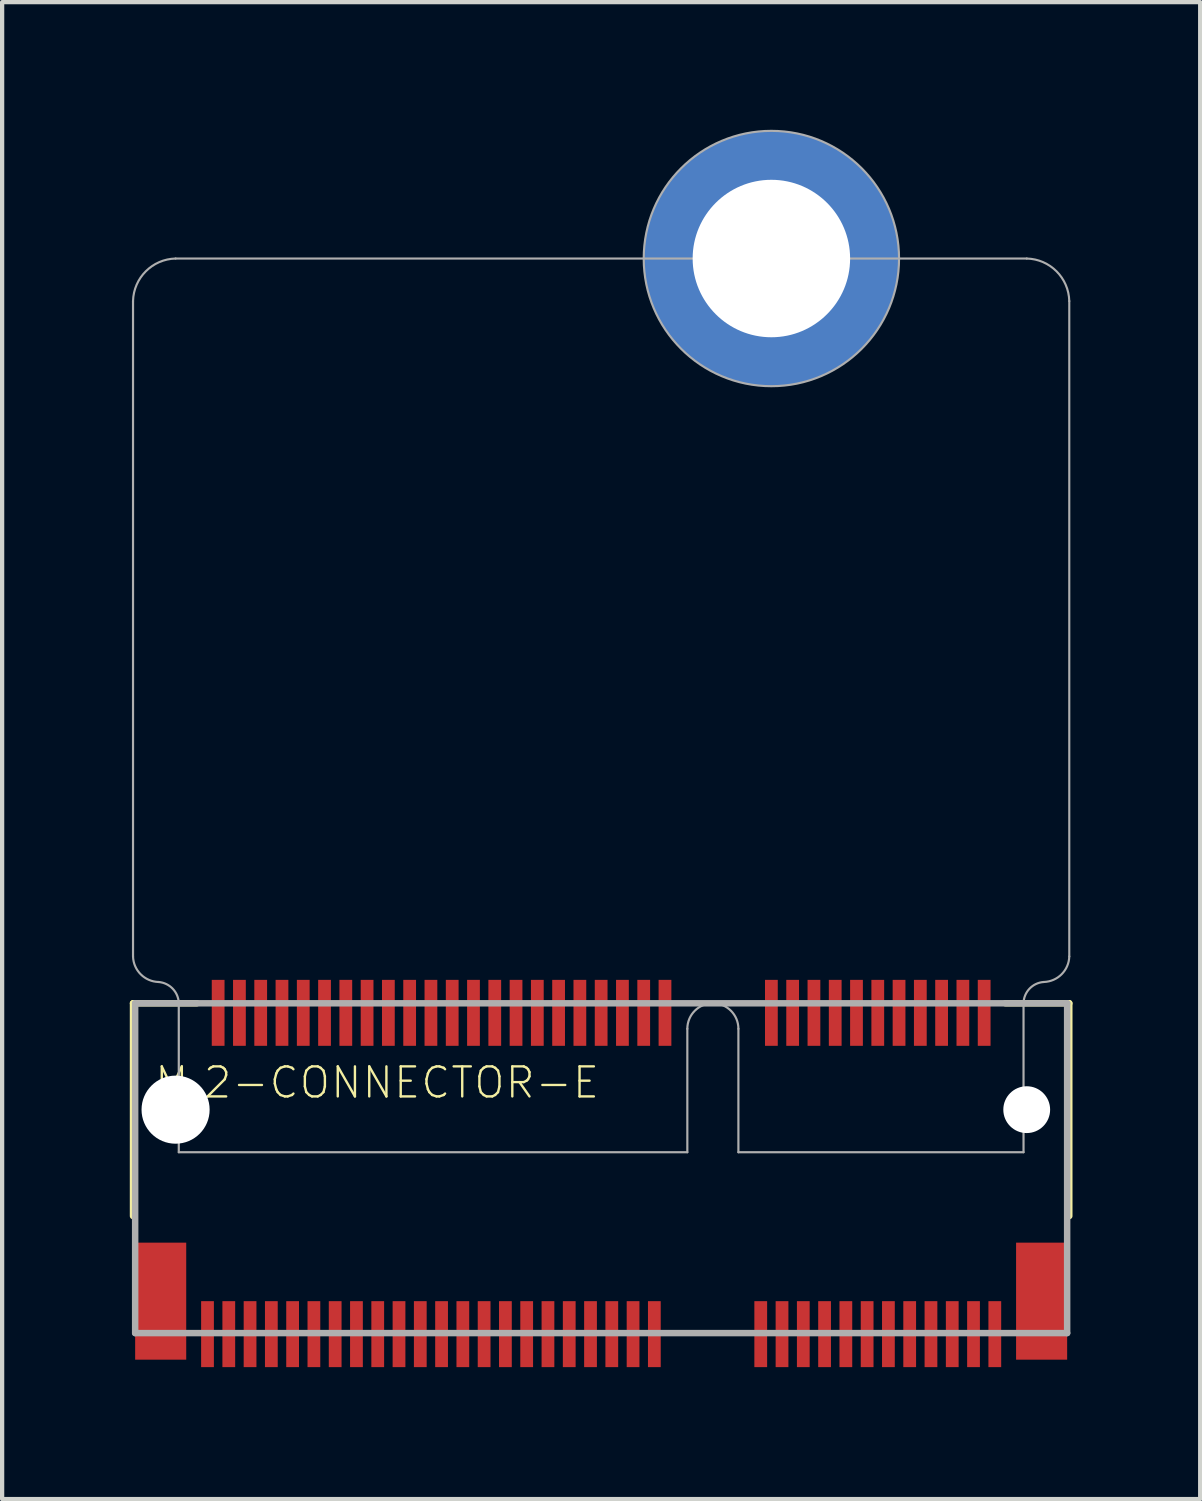
<source format=kicad_pcb>
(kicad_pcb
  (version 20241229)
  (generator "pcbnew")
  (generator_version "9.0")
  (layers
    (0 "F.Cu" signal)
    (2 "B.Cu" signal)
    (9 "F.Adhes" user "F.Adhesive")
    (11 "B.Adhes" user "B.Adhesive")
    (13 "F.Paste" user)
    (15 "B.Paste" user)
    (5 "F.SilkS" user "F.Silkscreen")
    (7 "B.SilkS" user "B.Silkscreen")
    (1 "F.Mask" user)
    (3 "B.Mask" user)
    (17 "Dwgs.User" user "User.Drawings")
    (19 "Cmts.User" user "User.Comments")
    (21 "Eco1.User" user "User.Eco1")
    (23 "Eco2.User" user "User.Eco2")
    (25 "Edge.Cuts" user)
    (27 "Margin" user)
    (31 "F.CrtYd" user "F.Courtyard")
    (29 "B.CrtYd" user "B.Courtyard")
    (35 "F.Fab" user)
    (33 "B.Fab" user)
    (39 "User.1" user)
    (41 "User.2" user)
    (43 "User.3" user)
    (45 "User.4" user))
  (footprint "M.2-CONNECTOR-E"
    (layer "F.Cu")
    (at 11.076 23.025)
    (property "Reference" "M.2-CONNECTOR-E" (at 0 -0.635 180) (layer "F.SilkS") (effects (font (size 0.706 0.706) (thickness 0.056)) (justify right)))
    (fp_line (start -11 2.5) (end -11 -2.5) (stroke (width 0.152) (type solid)) (layer "F.SilkS"))
    (fp_line (start -9.5 -2.5) (end -11 -2.5) (stroke (width 0.152) (type solid)) (layer "F.SilkS"))
    (fp_line (start 11 -2.5) (end 9.5 -2.5) (stroke (width 0.152) (type solid)) (layer "F.SilkS"))
    (fp_line (start 11 2.5) (end 11 -2.5) (stroke (width 0.152) (type solid)) (layer "F.SilkS"))
    (fp_poly (pts (xy -9.4 6.15) (xy -9.1 6.15) (xy -9.1 4.4) (xy -9.4 4.4)) (stroke (width 0) (type solid)) (fill yes) (layer "F.Paste"))
    (fp_poly (pts (xy -9.15 -1.4) (xy -8.85 -1.4) (xy -8.85 -3.15) (xy -9.15 -3.15)) (stroke (width 0) (type solid)) (fill yes) (layer "F.Paste"))
    (fp_poly (pts (xy -8.9 6.15) (xy -8.6 6.15) (xy -8.6 4.4) (xy -8.9 4.4)) (stroke (width 0) (type solid)) (fill yes) (layer "F.Paste"))
    (fp_poly (pts (xy -8.65 -1.4) (xy -8.35 -1.4) (xy -8.35 -3.15) (xy -8.65 -3.15)) (stroke (width 0) (type solid)) (fill yes) (layer "F.Paste"))
    (fp_poly (pts (xy -8.4 6.15) (xy -8.1 6.15) (xy -8.1 4.4) (xy -8.4 4.4)) (stroke (width 0) (type solid)) (fill yes) (layer "F.Paste"))
    (fp_poly (pts (xy -8.15 -1.4) (xy -7.85 -1.4) (xy -7.85 -3.15) (xy -8.15 -3.15)) (stroke (width 0) (type solid)) (fill yes) (layer "F.Paste"))
    (fp_poly (pts (xy -7.9 6.15) (xy -7.6 6.15) (xy -7.6 4.4) (xy -7.9 4.4)) (stroke (width 0) (type solid)) (fill yes) (layer "F.Paste"))
    (fp_poly (pts (xy -7.65 -1.4) (xy -7.35 -1.4) (xy -7.35 -3.15) (xy -7.65 -3.15)) (stroke (width 0) (type solid)) (fill yes) (layer "F.Paste"))
    (fp_poly (pts (xy -7.4 6.15) (xy -7.1 6.15) (xy -7.1 4.4) (xy -7.4 4.4)) (stroke (width 0) (type solid)) (fill yes) (layer "F.Paste"))
    (fp_poly (pts (xy -7.15 -1.4) (xy -6.85 -1.4) (xy -6.85 -3.15) (xy -7.15 -3.15)) (stroke (width 0) (type solid)) (fill yes) (layer "F.Paste"))
    (fp_poly (pts (xy -6.9 6.15) (xy -6.6 6.15) (xy -6.6 4.4) (xy -6.9 4.4)) (stroke (width 0) (type solid)) (fill yes) (layer "F.Paste"))
    (fp_poly (pts (xy -6.65 -1.4) (xy -6.35 -1.4) (xy -6.35 -3.15) (xy -6.65 -3.15)) (stroke (width 0) (type solid)) (fill yes) (layer "F.Paste"))
    (fp_poly (pts (xy -6.4 6.15) (xy -6.1 6.15) (xy -6.1 4.4) (xy -6.4 4.4)) (stroke (width 0) (type solid)) (fill yes) (layer "F.Paste"))
    (fp_poly (pts (xy -6.15 -1.4) (xy -5.85 -1.4) (xy -5.85 -3.15) (xy -6.15 -3.15)) (stroke (width 0) (type solid)) (fill yes) (layer "F.Paste"))
    (fp_poly (pts (xy -5.9 6.15) (xy -5.6 6.15) (xy -5.6 4.4) (xy -5.9 4.4)) (stroke (width 0) (type solid)) (fill yes) (layer "F.Paste"))
    (fp_poly (pts (xy -5.65 -1.4) (xy -5.35 -1.4) (xy -5.35 -3.15) (xy -5.65 -3.15)) (stroke (width 0) (type solid)) (fill yes) (layer "F.Paste"))
    (fp_poly (pts (xy -5.4 6.15) (xy -5.1 6.15) (xy -5.1 4.4) (xy -5.4 4.4)) (stroke (width 0) (type solid)) (fill yes) (layer "F.Paste"))
    (fp_poly (pts (xy -5.15 -1.4) (xy -4.85 -1.4) (xy -4.85 -3.15) (xy -5.15 -3.15)) (stroke (width 0) (type solid)) (fill yes) (layer "F.Paste"))
    (fp_poly (pts (xy -4.9 6.15) (xy -4.6 6.15) (xy -4.6 4.4) (xy -4.9 4.4)) (stroke (width 0) (type solid)) (fill yes) (layer "F.Paste"))
    (fp_poly (pts (xy -4.65 -1.4) (xy -4.35 -1.4) (xy -4.35 -3.15) (xy -4.65 -3.15)) (stroke (width 0) (type solid)) (fill yes) (layer "F.Paste"))
    (fp_poly (pts (xy -4.4 6.15) (xy -4.1 6.15) (xy -4.1 4.4) (xy -4.4 4.4)) (stroke (width 0) (type solid)) (fill yes) (layer "F.Paste"))
    (fp_poly (pts (xy -4.15 -1.4) (xy -3.85 -1.4) (xy -3.85 -3.15) (xy -4.15 -3.15)) (stroke (width 0) (type solid)) (fill yes) (layer "F.Paste"))
    (fp_poly (pts (xy -3.9 6.15) (xy -3.6 6.15) (xy -3.6 4.4) (xy -3.9 4.4)) (stroke (width 0) (type solid)) (fill yes) (layer "F.Paste"))
    (fp_poly (pts (xy -3.65 -1.4) (xy -3.35 -1.4) (xy -3.35 -3.15) (xy -3.65 -3.15)) (stroke (width 0) (type solid)) (fill yes) (layer "F.Paste"))
    (fp_poly (pts (xy -3.4 6.15) (xy -3.1 6.15) (xy -3.1 4.4) (xy -3.4 4.4)) (stroke (width 0) (type solid)) (fill yes) (layer "F.Paste"))
    (fp_poly (pts (xy -3.15 -1.4) (xy -2.85 -1.4) (xy -2.85 -3.15) (xy -3.15 -3.15)) (stroke (width 0) (type solid)) (fill yes) (layer "F.Paste"))
    (fp_poly (pts (xy -2.9 6.15) (xy -2.6 6.15) (xy -2.6 4.4) (xy -2.9 4.4)) (stroke (width 0) (type solid)) (fill yes) (layer "F.Paste"))
    (fp_poly (pts (xy -2.65 -1.4) (xy -2.35 -1.4) (xy -2.35 -3.15) (xy -2.65 -3.15)) (stroke (width 0) (type solid)) (fill yes) (layer "F.Paste"))
    (fp_poly (pts (xy -2.4 6.15) (xy -2.1 6.15) (xy -2.1 4.4) (xy -2.4 4.4)) (stroke (width 0) (type solid)) (fill yes) (layer "F.Paste"))
    (fp_poly (pts (xy -2.15 -1.4) (xy -1.85 -1.4) (xy -1.85 -3.15) (xy -2.15 -3.15)) (stroke (width 0) (type solid)) (fill yes) (layer "F.Paste"))
    (fp_poly (pts (xy -1.9 6.15) (xy -1.6 6.15) (xy -1.6 4.4) (xy -1.9 4.4)) (stroke (width 0) (type solid)) (fill yes) (layer "F.Paste"))
    (fp_poly (pts (xy -1.65 -1.4) (xy -1.35 -1.4) (xy -1.35 -3.15) (xy -1.65 -3.15)) (stroke (width 0) (type solid)) (fill yes) (layer "F.Paste"))
    (fp_poly (pts (xy -1.4 6.15) (xy -1.1 6.15) (xy -1.1 4.4) (xy -1.4 4.4)) (stroke (width 0) (type solid)) (fill yes) (layer "F.Paste"))
    (fp_poly (pts (xy -1.15 -1.4) (xy -0.85 -1.4) (xy -0.85 -3.15) (xy -1.15 -3.15)) (stroke (width 0) (type solid)) (fill yes) (layer "F.Paste"))
    (fp_poly (pts (xy -0.9 6.15) (xy -0.6 6.15) (xy -0.6 4.4) (xy -0.9 4.4)) (stroke (width 0) (type solid)) (fill yes) (layer "F.Paste"))
    (fp_poly (pts (xy -0.65 -1.4) (xy -0.35 -1.4) (xy -0.35 -3.15) (xy -0.65 -3.15)) (stroke (width 0) (type solid)) (fill yes) (layer "F.Paste"))
    (fp_poly (pts (xy -0.4 6.15) (xy -0.1 6.15) (xy -0.1 4.4) (xy -0.4 4.4)) (stroke (width 0) (type solid)) (fill yes) (layer "F.Paste"))
    (fp_poly (pts (xy -0.15 -1.4) (xy 0.15 -1.4) (xy 0.15 -3.15) (xy -0.15 -3.15)) (stroke (width 0) (type solid)) (fill yes) (layer "F.Paste"))
    (fp_poly (pts (xy 0.1 6.15) (xy 0.4 6.15) (xy 0.4 4.4) (xy 0.1 4.4)) (stroke (width 0) (type solid)) (fill yes) (layer "F.Paste"))
    (fp_poly (pts (xy 0.35 -1.4) (xy 0.65 -1.4) (xy 0.65 -3.15) (xy 0.35 -3.15)) (stroke (width 0) (type solid)) (fill yes) (layer "F.Paste"))
    (fp_poly (pts (xy 0.6 6.15) (xy 0.9 6.15) (xy 0.9 4.4) (xy 0.6 4.4)) (stroke (width 0) (type solid)) (fill yes) (layer "F.Paste"))
    (fp_poly (pts (xy 0.85 -1.4) (xy 1.15 -1.4) (xy 1.15 -3.15) (xy 0.85 -3.15)) (stroke (width 0) (type solid)) (fill yes) (layer "F.Paste"))
    (fp_poly (pts (xy 1.1 6.15) (xy 1.4 6.15) (xy 1.4 4.4) (xy 1.1 4.4)) (stroke (width 0) (type solid)) (fill yes) (layer "F.Paste"))
    (fp_poly (pts (xy 1.35 -1.4) (xy 1.65 -1.4) (xy 1.65 -3.15) (xy 1.35 -3.15)) (stroke (width 0) (type solid)) (fill yes) (layer "F.Paste"))
    (fp_poly (pts (xy 3.6 6.15) (xy 3.9 6.15) (xy 3.9 4.4) (xy 3.6 4.4)) (stroke (width 0) (type solid)) (fill yes) (layer "F.Paste"))
    (fp_poly (pts (xy 3.85 -1.4) (xy 4.15 -1.4) (xy 4.15 -3.15) (xy 3.85 -3.15)) (stroke (width 0) (type solid)) (fill yes) (layer "F.Paste"))
    (fp_poly (pts (xy 4.1 6.15) (xy 4.4 6.15) (xy 4.4 4.4) (xy 4.1 4.4)) (stroke (width 0) (type solid)) (fill yes) (layer "F.Paste"))
    (fp_poly (pts (xy 4.35 -1.4) (xy 4.65 -1.4) (xy 4.65 -3.15) (xy 4.35 -3.15)) (stroke (width 0) (type solid)) (fill yes) (layer "F.Paste"))
    (fp_poly (pts (xy 4.6 6.15) (xy 4.9 6.15) (xy 4.9 4.4) (xy 4.6 4.4)) (stroke (width 0) (type solid)) (fill yes) (layer "F.Paste"))
    (fp_poly (pts (xy 4.85 -1.4) (xy 5.15 -1.4) (xy 5.15 -3.15) (xy 4.85 -3.15)) (stroke (width 0) (type solid)) (fill yes) (layer "F.Paste"))
    (fp_poly (pts (xy 5.1 6.15) (xy 5.4 6.15) (xy 5.4 4.4) (xy 5.1 4.4)) (stroke (width 0) (type solid)) (fill yes) (layer "F.Paste"))
    (fp_poly (pts (xy 5.35 -1.4) (xy 5.65 -1.4) (xy 5.65 -3.15) (xy 5.35 -3.15)) (stroke (width 0) (type solid)) (fill yes) (layer "F.Paste"))
    (fp_poly (pts (xy 5.6 6.15) (xy 5.9 6.15) (xy 5.9 4.4) (xy 5.6 4.4)) (stroke (width 0) (type solid)) (fill yes) (layer "F.Paste"))
    (fp_poly (pts (xy 5.85 -1.4) (xy 6.15 -1.4) (xy 6.15 -3.15) (xy 5.85 -3.15)) (stroke (width 0) (type solid)) (fill yes) (layer "F.Paste"))
    (fp_poly (pts (xy 6.1 6.15) (xy 6.4 6.15) (xy 6.4 4.4) (xy 6.1 4.4)) (stroke (width 0) (type solid)) (fill yes) (layer "F.Paste"))
    (fp_poly (pts (xy 6.35 -1.4) (xy 6.65 -1.4) (xy 6.65 -3.15) (xy 6.35 -3.15)) (stroke (width 0) (type solid)) (fill yes) (layer "F.Paste"))
    (fp_poly (pts (xy 6.6 6.15) (xy 6.9 6.15) (xy 6.9 4.4) (xy 6.6 4.4)) (stroke (width 0) (type solid)) (fill yes) (layer "F.Paste"))
    (fp_poly (pts (xy 6.85 -1.4) (xy 7.15 -1.4) (xy 7.15 -3.15) (xy 6.85 -3.15)) (stroke (width 0) (type solid)) (fill yes) (layer "F.Paste"))
    (fp_poly (pts (xy 7.1 6.15) (xy 7.4 6.15) (xy 7.4 4.4) (xy 7.1 4.4)) (stroke (width 0) (type solid)) (fill yes) (layer "F.Paste"))
    (fp_poly (pts (xy 7.35 -1.4) (xy 7.65 -1.4) (xy 7.65 -3.15) (xy 7.35 -3.15)) (stroke (width 0) (type solid)) (fill yes) (layer "F.Paste"))
    (fp_poly (pts (xy 7.6 6.15) (xy 7.9 6.15) (xy 7.9 4.4) (xy 7.6 4.4)) (stroke (width 0) (type solid)) (fill yes) (layer "F.Paste"))
    (fp_poly (pts (xy 7.85 -1.4) (xy 8.15 -1.4) (xy 8.15 -3.15) (xy 7.85 -3.15)) (stroke (width 0) (type solid)) (fill yes) (layer "F.Paste"))
    (fp_poly (pts (xy 8.1 6.15) (xy 8.4 6.15) (xy 8.4 4.4) (xy 8.1 4.4)) (stroke (width 0) (type solid)) (fill yes) (layer "F.Paste"))
    (fp_poly (pts (xy 8.35 -1.4) (xy 8.65 -1.4) (xy 8.65 -3.15) (xy 8.35 -3.15)) (stroke (width 0) (type solid)) (fill yes) (layer "F.Paste"))
    (fp_poly (pts (xy 8.6 6.15) (xy 8.9 6.15) (xy 8.9 4.4) (xy 8.6 4.4)) (stroke (width 0) (type solid)) (fill yes) (layer "F.Paste"))
    (fp_poly (pts (xy 8.85 -1.4) (xy 9.15 -1.4) (xy 9.15 -3.15) (xy 8.85 -3.15)) (stroke (width 0) (type solid)) (fill yes) (layer "F.Paste"))
    (fp_poly (pts (xy 9.1 6.15) (xy 9.4 6.15) (xy 9.4 4.4) (xy 9.1 4.4)) (stroke (width 0) (type solid)) (fill yes) (layer "F.Paste"))
    (fp_line (start -11 -19) (end -11 -3.6) (stroke (width 0.051) (type solid)) (layer "F.Fab"))
    (fp_line (start -10.95 -2.5) (end -10.95 5.25) (stroke (width 0.152) (type solid)) (layer "F.Fab"))
    (fp_line (start -10.95 5.25) (end 10.95 5.25) (stroke (width 0.152) (type solid)) (layer "F.Fab"))
    (fp_line (start -9.925 1) (end -9.925 -2.5) (stroke (width 0.051) (type solid)) (layer "F.Fab"))
    (fp_line (start 2.025 -1.9) (end 2.025 1) (stroke (width 0.051) (type solid)) (layer "F.Fab"))
    (fp_line (start 2.025 1) (end -9.925 1) (stroke (width 0.051) (type solid)) (layer "F.Fab"))
    (fp_line (start 3.225 -1.9) (end 3.225 1) (stroke (width 0.051) (type solid)) (layer "F.Fab"))
    (fp_line (start 9.925 -2.5) (end 9.925 1) (stroke (width 0.051) (type solid)) (layer "F.Fab"))
    (fp_line (start 9.925 1) (end 3.225 1) (stroke (width 0.051) (type solid)) (layer "F.Fab"))
    (fp_line (start 10 -20) (end -10 -20) (stroke (width 0.051) (type solid)) (layer "F.Fab"))
    (fp_line (start 10.95 -2.5) (end -10.95 -2.5) (stroke (width 0.152) (type solid)) (layer "F.Fab"))
    (fp_line (start 10.95 5.25) (end 10.95 -2.5) (stroke (width 0.152) (type solid)) (layer "F.Fab"))
    (fp_line (start 11 -19) (end 11 -3.6) (stroke (width 0.05) (type solid)) (layer "F.Fab"))
    (fp_arc (start -11 -19) (mid -10.7 -19.7) (end -10 -20) (stroke (width 0.05) (type solid)) (layer "F.Fab"))
    (fp_arc (start -10.400001 -2.999999) (mid -10.819362 -3.180638) (end -11 -3.6) (stroke (width 0.05) (type solid)) (layer "F.Fab"))
    (fp_arc (start -10.4 -3) (mid -10.066759 -2.840954) (end -9.925 -2.5) (stroke (width 0.0508) (type solid)) (layer "F.Fab"))
    (fp_arc (start 2.025 -1.9) (mid 2.625 -2.5) (end 3.225 -1.9) (stroke (width 0.0508) (type solid)) (layer "F.Fab"))
    (fp_arc (start 9.925 -2.5) (mid 10.065344 -2.842298) (end 10.4 -3) (stroke (width 0.0508) (type solid)) (layer "F.Fab"))
    (fp_arc (start 10 -20) (mid 10.7 -19.7) (end 11 -19) (stroke (width 0.05) (type solid)) (layer "F.Fab"))
    (fp_arc (start 10.999999 -3.599999) (mid 10.819361 -3.180638) (end 10.4 -3) (stroke (width 0.05) (type solid)) (layer "F.Fab"))
    (fp_circle (center 4 -20) (end 7 -20) (stroke (width 0.05) (type solid)) (fill no) (layer "F.Fab"))
    (pad "" np_thru_hole circle (at -10 0) (size 1.6 1.6) (drill 1.6) (layers "*.Cu" "*.Mask"))
    (pad "" np_thru_hole circle (at 10 0) (size 1.1 1.1) (drill 1.1) (layers "*.Cu" "*.Mask"))
    (pad "1" smd rect (at 9.25 5.275 180) (size 0.3 1.55) (layers "F.Cu" "F.Mask"))
    (pad "2" smd rect (at 9 -2.275 180) (size 0.3 1.55) (layers "F.Cu" "F.Mask"))
    (pad "3" smd rect (at 8.75 5.275 180) (size 0.3 1.55) (layers "F.Cu" "F.Mask"))
    (pad "4" smd rect (at 8.5 -2.275 180) (size 0.3 1.55) (layers "F.Cu" "F.Mask"))
    (pad "5" smd rect (at 8.25 5.275 180) (size 0.3 1.55) (layers "F.Cu" "F.Mask"))
    (pad "6" smd rect (at 8 -2.275 180) (size 0.3 1.55) (layers "F.Cu" "F.Mask"))
    (pad "7" smd rect (at 7.75 5.275 180) (size 0.3 1.55) (layers "F.Cu" "F.Mask"))
    (pad "8" smd rect (at 7.5 -2.275 180) (size 0.3 1.55) (layers "F.Cu" "F.Mask"))
    (pad "9" smd rect (at 7.25 5.275 180) (size 0.3 1.55) (layers "F.Cu" "F.Mask"))
    (pad "10" smd rect (at 7 -2.275 180) (size 0.3 1.55) (layers "F.Cu" "F.Mask"))
    (pad "11" smd rect (at 6.75 5.275 180) (size 0.3 1.55) (layers "F.Cu" "F.Mask"))
    (pad "12" smd rect (at 6.5 -2.275 180) (size 0.3 1.55) (layers "F.Cu" "F.Mask"))
    (pad "13" smd rect (at 6.25 5.275 180) (size 0.3 1.55) (layers "F.Cu" "F.Mask"))
    (pad "14" smd rect (at 6 -2.275 180) (size 0.3 1.55) (layers "F.Cu" "F.Mask"))
    (pad "15" smd rect (at 5.75 5.275 180) (size 0.3 1.55) (layers "F.Cu" "F.Mask"))
    (pad "16" smd rect (at 5.5 -2.275 180) (size 0.3 1.55) (layers "F.Cu" "F.Mask"))
    (pad "17" smd rect (at 5.25 5.275 180) (size 0.3 1.55) (layers "F.Cu" "F.Mask"))
    (pad "18" smd rect (at 5 -2.275 180) (size 0.3 1.55) (layers "F.Cu" "F.Mask"))
    (pad "19" smd rect (at 4.75 5.275 180) (size 0.3 1.55) (layers "F.Cu" "F.Mask"))
    (pad "20" smd rect (at 4.5 -2.275 180) (size 0.3 1.55) (layers "F.Cu" "F.Mask"))
    (pad "21" smd rect (at 4.25 5.275 180) (size 0.3 1.55) (layers "F.Cu" "F.Mask"))
    (pad "22" smd rect (at 4 -2.275 180) (size 0.3 1.55) (layers "F.Cu" "F.Mask"))
    (pad "23" smd rect (at 3.75 5.275 180) (size 0.3 1.55) (layers "F.Cu" "F.Mask"))
    (pad "24" thru_hole circle (at 4 -20) (size 6 6) (drill 3.7) (layers "*.Cu" "*.Mask"))
    (pad "32" smd rect (at 1.5 -2.275 180) (size 0.3 1.55) (layers "F.Cu" "F.Mask"))
    (pad "33" smd rect (at 1.25 5.275 180) (size 0.3 1.55) (layers "F.Cu" "F.Mask"))
    (pad "34" smd rect (at 1 -2.275 180) (size 0.3 1.55) (layers "F.Cu" "F.Mask"))
    (pad "35" smd rect (at 0.75 5.275 180) (size 0.3 1.55) (layers "F.Cu" "F.Mask"))
    (pad "36" smd rect (at 0.5 -2.275 180) (size 0.3 1.55) (layers "F.Cu" "F.Mask"))
    (pad "37" smd rect (at 0.25 5.275 180) (size 0.3 1.55) (layers "F.Cu" "F.Mask"))
    (pad "38" smd rect (at 0 -2.275 180) (size 0.3 1.55) (layers "F.Cu" "F.Mask"))
    (pad "39" smd rect (at -0.25 5.275 180) (size 0.3 1.55) (layers "F.Cu" "F.Mask"))
    (pad "40" smd rect (at -0.5 -2.275 180) (size 0.3 1.55) (layers "F.Cu" "F.Mask"))
    (pad "41" smd rect (at -0.75 5.275 180) (size 0.3 1.55) (layers "F.Cu" "F.Mask"))
    (pad "42" smd rect (at -1 -2.275 180) (size 0.3 1.55) (layers "F.Cu" "F.Mask"))
    (pad "43" smd rect (at -1.25 5.275 180) (size 0.3 1.55) (layers "F.Cu" "F.Mask"))
    (pad "44" smd rect (at -1.5 -2.275 180) (size 0.3 1.55) (layers "F.Cu" "F.Mask"))
    (pad "45" smd rect (at -1.75 5.275 180) (size 0.3 1.55) (layers "F.Cu" "F.Mask"))
    (pad "46" smd rect (at -2 -2.275 180) (size 0.3 1.55) (layers "F.Cu" "F.Mask"))
    (pad "47" smd rect (at -2.25 5.275 180) (size 0.3 1.55) (layers "F.Cu" "F.Mask"))
    (pad "48" smd rect (at -2.5 -2.275 180) (size 0.3 1.55) (layers "F.Cu" "F.Mask"))
    (pad "49" smd rect (at -2.75 5.275 180) (size 0.3 1.55) (layers "F.Cu" "F.Mask"))
    (pad "50" smd rect (at -3 -2.275 180) (size 0.3 1.55) (layers "F.Cu" "F.Mask"))
    (pad "51" smd rect (at -3.25 5.275 180) (size 0.3 1.55) (layers "F.Cu" "F.Mask"))
    (pad "52" smd rect (at -3.5 -2.275 180) (size 0.3 1.55) (layers "F.Cu" "F.Mask"))
    (pad "53" smd rect (at -3.75 5.275 180) (size 0.3 1.55) (layers "F.Cu" "F.Mask"))
    (pad "54" smd rect (at -4 -2.275 180) (size 0.3 1.55) (layers "F.Cu" "F.Mask"))
    (pad "55" smd rect (at -4.25 5.275 180) (size 0.3 1.55) (layers "F.Cu" "F.Mask"))
    (pad "56" smd rect (at -4.5 -2.275 180) (size 0.3 1.55) (layers "F.Cu" "F.Mask"))
    (pad "57" smd rect (at -4.75 5.275 180) (size 0.3 1.55) (layers "F.Cu" "F.Mask"))
    (pad "58" smd rect (at -5 -2.275 180) (size 0.3 1.55) (layers "F.Cu" "F.Mask"))
    (pad "59" smd rect (at -5.25 5.275 180) (size 0.3 1.55) (layers "F.Cu" "F.Mask"))
    (pad "60" smd rect (at -5.5 -2.275 180) (size 0.3 1.55) (layers "F.Cu" "F.Mask"))
    (pad "61" smd rect (at -5.75 5.275 180) (size 0.3 1.55) (layers "F.Cu" "F.Mask"))
    (pad "62" smd rect (at -6 -2.275 180) (size 0.3 1.55) (layers "F.Cu" "F.Mask"))
    (pad "63" smd rect (at -6.25 5.275 180) (size 0.3 1.55) (layers "F.Cu" "F.Mask"))
    (pad "64" smd rect (at -6.5 -2.275 180) (size 0.3 1.55) (layers "F.Cu" "F.Mask"))
    (pad "65" smd rect (at -6.75 5.275 180) (size 0.3 1.55) (layers "F.Cu" "F.Mask"))
    (pad "66" smd rect (at -7 -2.275 180) (size 0.3 1.55) (layers "F.Cu" "F.Mask"))
    (pad "67" smd rect (at -7.25 5.275 180) (size 0.3 1.55) (layers "F.Cu" "F.Mask"))
    (pad "68" smd rect (at -7.5 -2.275 180) (size 0.3 1.55) (layers "F.Cu" "F.Mask"))
    (pad "69" smd rect (at -7.75 5.275 180) (size 0.3 1.55) (layers "F.Cu" "F.Mask"))
    (pad "70" smd rect (at -8 -2.275 180) (size 0.3 1.55) (layers "F.Cu" "F.Mask"))
    (pad "71" smd rect (at -8.25 5.275 180) (size 0.3 1.55) (layers "F.Cu" "F.Mask"))
    (pad "72" smd rect (at -8.5 -2.275 180) (size 0.3 1.55) (layers "F.Cu" "F.Mask"))
    (pad "73" smd rect (at -8.75 5.275 180) (size 0.3 1.55) (layers "F.Cu" "F.Mask"))
    (pad "74" smd rect (at -9 -2.275 180) (size 0.3 1.55) (layers "F.Cu" "F.Mask"))
    (pad "75" smd rect (at -9.25 5.275 180) (size 0.3 1.55) (layers "F.Cu" "F.Mask"))
    (pad "A1" smd rect (at 10.35 4.5 180) (size 1.2 2.75) (layers "F.Cu" "F.Mask" "F.Paste"))
    (pad "A2" smd rect (at -10.35 4.5 180) (size 1.2 2.75) (layers "F.Cu" "F.Mask" "F.Paste")))
  (gr_rect
    (start -3 -3)
    (end 25.152 32.175)
    (stroke (width 0.1) (type default))
    (fill no)
    (layer "Edge.Cuts")))
</source>
